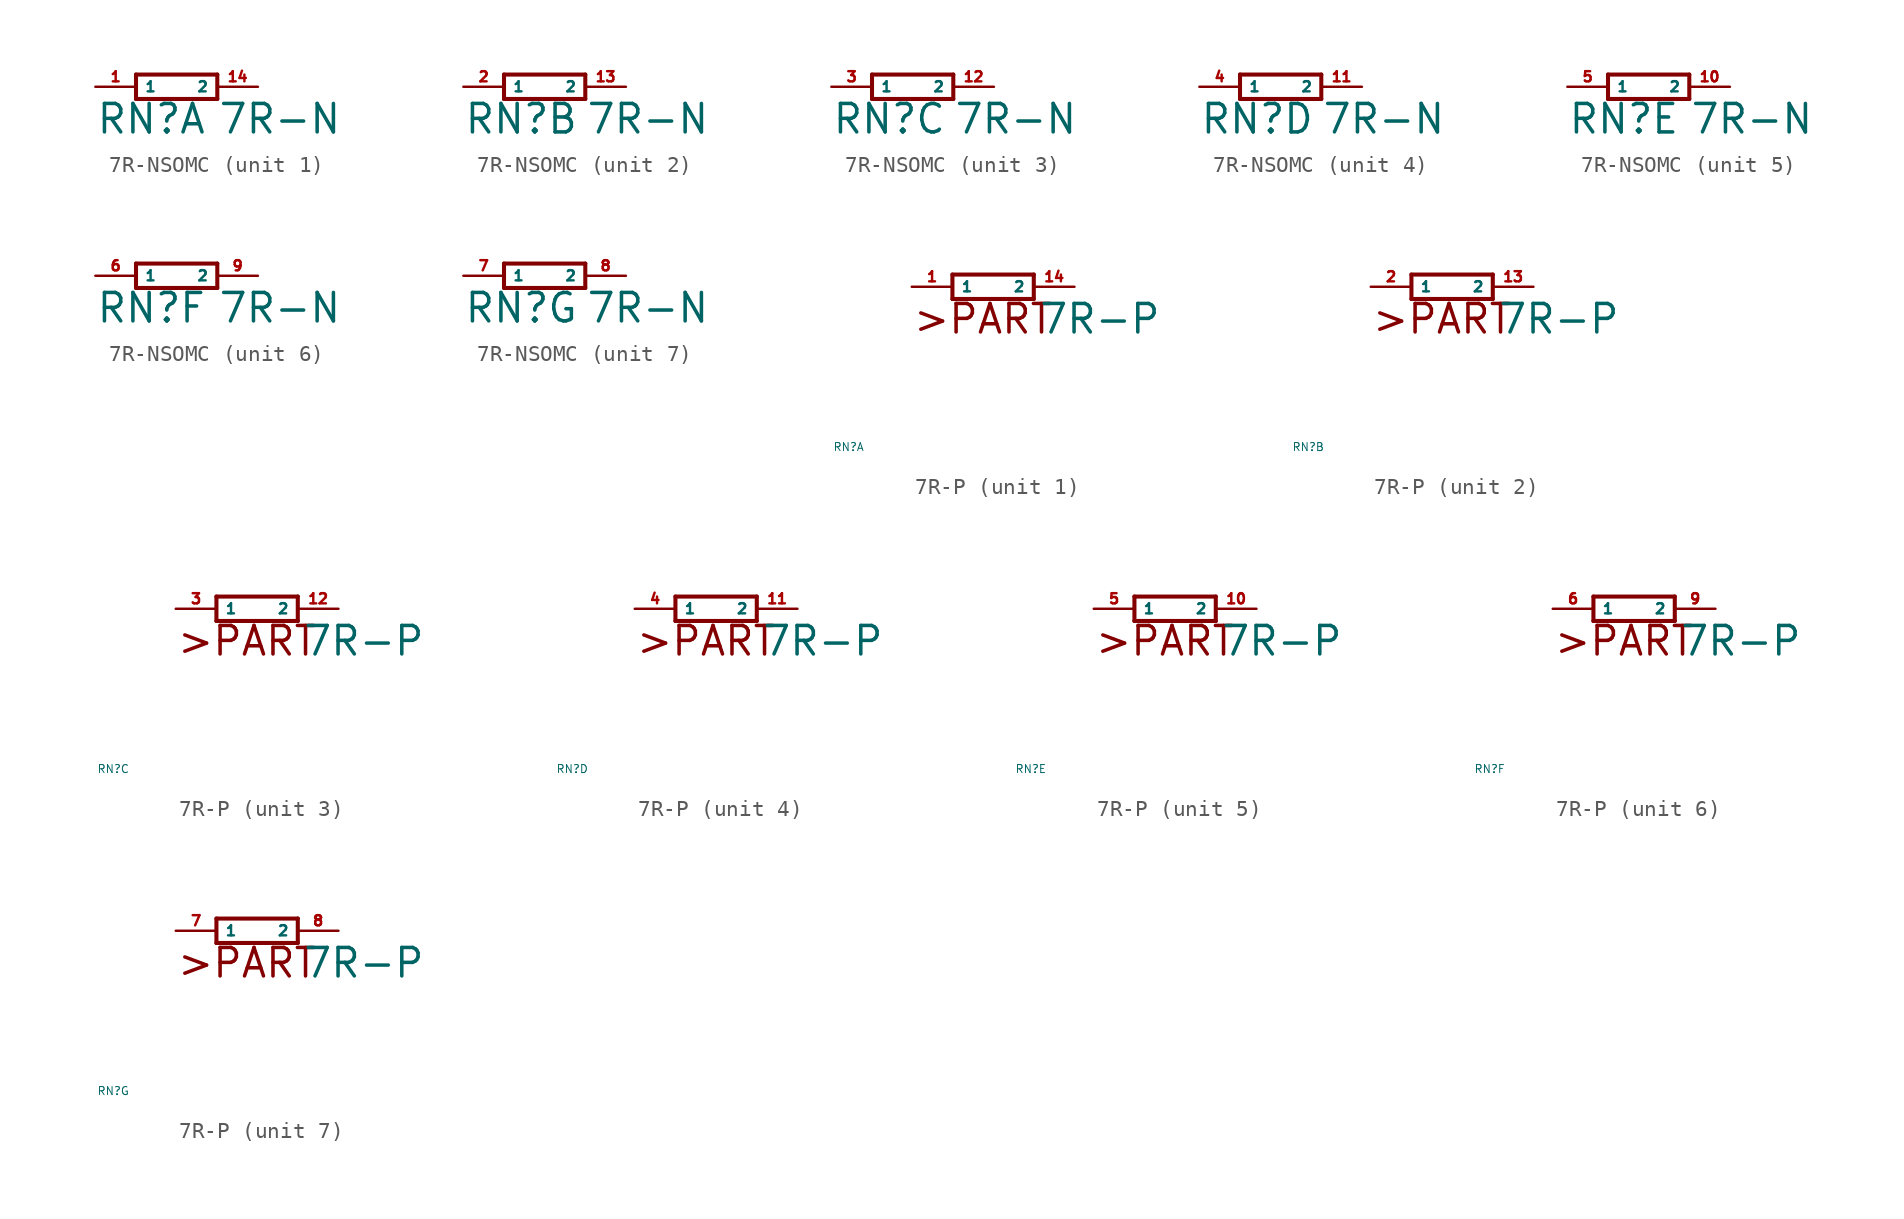
<source format=kicad_sym>
(kicad_symbol_lib
  (version 20220914)
  (generator Eagle2Kicad)
  (symbol "7R-NSOMC"
    (property "Reference" "RN"
      (at -5.08 -3.048 0)
      (effects (font (size 1.778 1.778) (thickness 0.22)) (justify left bottom)))
    (property "Value" "7R-N"
      (at 2.54 -3.048 0)
      (effects (font (size 1.778 1.778) (thickness 0.22)) (justify left bottom)))
    (symbol "7R-NSOMC_1_0"
      (polyline (pts (xy -2.54 -0.762) (xy 2.54 -0.762)) (stroke (width 0.254) (type default)) (fill (type none)))
      (polyline (pts (xy 2.54 0.762) (xy -2.54 0.762)) (stroke (width 0.254) (type default)) (fill (type none)))
      (polyline (pts (xy 2.54 -0.762) (xy 2.54 0.762)) (stroke (width 0.254) (type default)) (fill (type none)))
      (polyline (pts (xy -2.54 0.762) (xy -2.54 -0.762)) (stroke (width 0.254) (type default)) (fill (type none)))
      (pin passive line (at -5.08 0 0) (length 2.54) (name "1" (effects (font (size 0.635 0.635) (thickness 0.08)) (justify left bottom))) (number "1" (effects (font (size 0.635 0.635) (thickness 0.08)) (justify left bottom))))
      (pin passive line (at 5.08 0 180) (length 2.54) (name "2" (effects (font (size 0.635 0.635) (thickness 0.08)) (justify left bottom))) (number "14" (effects (font (size 0.635 0.635) (thickness 0.08)) (justify left bottom)))))
    (symbol "7R-NSOMC_2_0"
      (polyline (pts (xy -2.54 -0.762) (xy 2.54 -0.762)) (stroke (width 0.254) (type default)) (fill (type none)))
      (polyline (pts (xy 2.54 0.762) (xy -2.54 0.762)) (stroke (width 0.254) (type default)) (fill (type none)))
      (polyline (pts (xy 2.54 -0.762) (xy 2.54 0.762)) (stroke (width 0.254) (type default)) (fill (type none)))
      (polyline (pts (xy -2.54 0.762) (xy -2.54 -0.762)) (stroke (width 0.254) (type default)) (fill (type none)))
      (pin passive line (at -5.08 0 0) (length 2.54) (name "1" (effects (font (size 0.635 0.635) (thickness 0.08)) (justify left bottom))) (number "2" (effects (font (size 0.635 0.635) (thickness 0.08)) (justify left bottom))))
      (pin passive line (at 5.08 0 180) (length 2.54) (name "2" (effects (font (size 0.635 0.635) (thickness 0.08)) (justify left bottom))) (number "13" (effects (font (size 0.635 0.635) (thickness 0.08)) (justify left bottom)))))
    (symbol "7R-NSOMC_3_0"
      (polyline (pts (xy -2.54 -0.762) (xy 2.54 -0.762)) (stroke (width 0.254) (type default)) (fill (type none)))
      (polyline (pts (xy 2.54 0.762) (xy -2.54 0.762)) (stroke (width 0.254) (type default)) (fill (type none)))
      (polyline (pts (xy 2.54 -0.762) (xy 2.54 0.762)) (stroke (width 0.254) (type default)) (fill (type none)))
      (polyline (pts (xy -2.54 0.762) (xy -2.54 -0.762)) (stroke (width 0.254) (type default)) (fill (type none)))
      (pin passive line (at -5.08 0 0) (length 2.54) (name "1" (effects (font (size 0.635 0.635) (thickness 0.08)) (justify left bottom))) (number "3" (effects (font (size 0.635 0.635) (thickness 0.08)) (justify left bottom))))
      (pin passive line (at 5.08 0 180) (length 2.54) (name "2" (effects (font (size 0.635 0.635) (thickness 0.08)) (justify left bottom))) (number "12" (effects (font (size 0.635 0.635) (thickness 0.08)) (justify left bottom)))))
    (symbol "7R-NSOMC_4_0"
      (polyline (pts (xy -2.54 -0.762) (xy 2.54 -0.762)) (stroke (width 0.254) (type default)) (fill (type none)))
      (polyline (pts (xy 2.54 0.762) (xy -2.54 0.762)) (stroke (width 0.254) (type default)) (fill (type none)))
      (polyline (pts (xy 2.54 -0.762) (xy 2.54 0.762)) (stroke (width 0.254) (type default)) (fill (type none)))
      (polyline (pts (xy -2.54 0.762) (xy -2.54 -0.762)) (stroke (width 0.254) (type default)) (fill (type none)))
      (pin passive line (at -5.08 0 0) (length 2.54) (name "1" (effects (font (size 0.635 0.635) (thickness 0.08)) (justify left bottom))) (number "4" (effects (font (size 0.635 0.635) (thickness 0.08)) (justify left bottom))))
      (pin passive line (at 5.08 0 180) (length 2.54) (name "2" (effects (font (size 0.635 0.635) (thickness 0.08)) (justify left bottom))) (number "11" (effects (font (size 0.635 0.635) (thickness 0.08)) (justify left bottom)))))
    (symbol "7R-NSOMC_5_0"
      (polyline (pts (xy -2.54 -0.762) (xy 2.54 -0.762)) (stroke (width 0.254) (type default)) (fill (type none)))
      (polyline (pts (xy 2.54 0.762) (xy -2.54 0.762)) (stroke (width 0.254) (type default)) (fill (type none)))
      (polyline (pts (xy 2.54 -0.762) (xy 2.54 0.762)) (stroke (width 0.254) (type default)) (fill (type none)))
      (polyline (pts (xy -2.54 0.762) (xy -2.54 -0.762)) (stroke (width 0.254) (type default)) (fill (type none)))
      (pin passive line (at -5.08 0 0) (length 2.54) (name "1" (effects (font (size 0.635 0.635) (thickness 0.08)) (justify left bottom))) (number "5" (effects (font (size 0.635 0.635) (thickness 0.08)) (justify left bottom))))
      (pin passive line (at 5.08 0 180) (length 2.54) (name "2" (effects (font (size 0.635 0.635) (thickness 0.08)) (justify left bottom))) (number "10" (effects (font (size 0.635 0.635) (thickness 0.08)) (justify left bottom)))))
    (symbol "7R-NSOMC_6_0"
      (polyline (pts (xy -2.54 -0.762) (xy 2.54 -0.762)) (stroke (width 0.254) (type default)) (fill (type none)))
      (polyline (pts (xy 2.54 0.762) (xy -2.54 0.762)) (stroke (width 0.254) (type default)) (fill (type none)))
      (polyline (pts (xy 2.54 -0.762) (xy 2.54 0.762)) (stroke (width 0.254) (type default)) (fill (type none)))
      (polyline (pts (xy -2.54 0.762) (xy -2.54 -0.762)) (stroke (width 0.254) (type default)) (fill (type none)))
      (pin passive line (at -5.08 0 0) (length 2.54) (name "1" (effects (font (size 0.635 0.635) (thickness 0.08)) (justify left bottom))) (number "6" (effects (font (size 0.635 0.635) (thickness 0.08)) (justify left bottom))))
      (pin passive line (at 5.08 0 180) (length 2.54) (name "2" (effects (font (size 0.635 0.635) (thickness 0.08)) (justify left bottom))) (number "9" (effects (font (size 0.635 0.635) (thickness 0.08)) (justify left bottom)))))
    (symbol "7R-NSOMC_7_0"
      (polyline (pts (xy -2.54 -0.762) (xy 2.54 -0.762)) (stroke (width 0.254) (type default)) (fill (type none)))
      (polyline (pts (xy 2.54 0.762) (xy -2.54 0.762)) (stroke (width 0.254) (type default)) (fill (type none)))
      (polyline (pts (xy 2.54 -0.762) (xy 2.54 0.762)) (stroke (width 0.254) (type default)) (fill (type none)))
      (polyline (pts (xy -2.54 0.762) (xy -2.54 -0.762)) (stroke (width 0.254) (type default)) (fill (type none)))
      (pin passive line (at -5.08 0 0) (length 2.54) (name "1" (effects (font (size 0.635 0.635) (thickness 0.08)) (justify left bottom))) (number "7" (effects (font (size 0.635 0.635) (thickness 0.08)) (justify left bottom))))
      (pin passive line (at 5.08 0 180) (length 2.54) (name "2" (effects (font (size 0.635 0.635) (thickness 0.08)) (justify left bottom))) (number "8" (effects (font (size 0.635 0.635) (thickness 0.08)) (justify left bottom))))))
  (symbol "7R-P"
    (property "Reference" "RN"
      (at -10 -10 0)
      (effects (font (size 0.5 0.5) (thickness 0.06)) (justify left)))
    (property "Value" "7R-P"
      (at 2.794 -3.048 0)
      (effects (font (size 1.778 1.778) (thickness 0.22)) (justify left bottom)))
    (symbol "7R-P_1_0"
      (polyline (pts (xy -2.54 -0.762) (xy 2.54 -0.762)) (stroke (width 0.254) (type default)) (fill (type none)))
      (polyline (pts (xy 2.54 0.762) (xy -2.54 0.762)) (stroke (width 0.254) (type default)) (fill (type none)))
      (polyline (pts (xy 2.54 -0.762) (xy 2.54 0.762)) (stroke (width 0.254) (type default)) (fill (type none)))
      (polyline (pts (xy -2.54 0.762) (xy -2.54 -0.762)) (stroke (width 0.254) (type default)) (fill (type none)))
      (text ">PART" (at -5.08 -3.048 0) (effects (font (size 1.778 1.778) (thickness 0.22)) (justify left bottom)))
      (pin passive line (at -5.08 0 0) (length 2.54) (name "1" (effects (font (size 0.635 0.635) (thickness 0.08)) (justify left bottom))) (number "1" (effects (font (size 0.635 0.635) (thickness 0.08)) (justify left bottom))))
      (pin passive line (at 5.08 0 180) (length 2.54) (name "2" (effects (font (size 0.635 0.635) (thickness 0.08)) (justify left bottom))) (number "14" (effects (font (size 0.635 0.635) (thickness 0.08)) (justify left bottom)))))
    (symbol "7R-P_2_0"
      (polyline (pts (xy -2.54 -0.762) (xy 2.54 -0.762)) (stroke (width 0.254) (type default)) (fill (type none)))
      (polyline (pts (xy 2.54 0.762) (xy -2.54 0.762)) (stroke (width 0.254) (type default)) (fill (type none)))
      (polyline (pts (xy 2.54 -0.762) (xy 2.54 0.762)) (stroke (width 0.254) (type default)) (fill (type none)))
      (polyline (pts (xy -2.54 0.762) (xy -2.54 -0.762)) (stroke (width 0.254) (type default)) (fill (type none)))
      (text ">PART" (at -5.08 -3.048 0) (effects (font (size 1.778 1.778) (thickness 0.22)) (justify left bottom)))
      (pin passive line (at -5.08 0 0) (length 2.54) (name "1" (effects (font (size 0.635 0.635) (thickness 0.08)) (justify left bottom))) (number "2" (effects (font (size 0.635 0.635) (thickness 0.08)) (justify left bottom))))
      (pin passive line (at 5.08 0 180) (length 2.54) (name "2" (effects (font (size 0.635 0.635) (thickness 0.08)) (justify left bottom))) (number "13" (effects (font (size 0.635 0.635) (thickness 0.08)) (justify left bottom)))))
    (symbol "7R-P_3_0"
      (polyline (pts (xy -2.54 -0.762) (xy 2.54 -0.762)) (stroke (width 0.254) (type default)) (fill (type none)))
      (polyline (pts (xy 2.54 0.762) (xy -2.54 0.762)) (stroke (width 0.254) (type default)) (fill (type none)))
      (polyline (pts (xy 2.54 -0.762) (xy 2.54 0.762)) (stroke (width 0.254) (type default)) (fill (type none)))
      (polyline (pts (xy -2.54 0.762) (xy -2.54 -0.762)) (stroke (width 0.254) (type default)) (fill (type none)))
      (text ">PART" (at -5.08 -3.048 0) (effects (font (size 1.778 1.778) (thickness 0.22)) (justify left bottom)))
      (pin passive line (at -5.08 0 0) (length 2.54) (name "1" (effects (font (size 0.635 0.635) (thickness 0.08)) (justify left bottom))) (number "3" (effects (font (size 0.635 0.635) (thickness 0.08)) (justify left bottom))))
      (pin passive line (at 5.08 0 180) (length 2.54) (name "2" (effects (font (size 0.635 0.635) (thickness 0.08)) (justify left bottom))) (number "12" (effects (font (size 0.635 0.635) (thickness 0.08)) (justify left bottom)))))
    (symbol "7R-P_4_0"
      (polyline (pts (xy -2.54 -0.762) (xy 2.54 -0.762)) (stroke (width 0.254) (type default)) (fill (type none)))
      (polyline (pts (xy 2.54 0.762) (xy -2.54 0.762)) (stroke (width 0.254) (type default)) (fill (type none)))
      (polyline (pts (xy 2.54 -0.762) (xy 2.54 0.762)) (stroke (width 0.254) (type default)) (fill (type none)))
      (polyline (pts (xy -2.54 0.762) (xy -2.54 -0.762)) (stroke (width 0.254) (type default)) (fill (type none)))
      (text ">PART" (at -5.08 -3.048 0) (effects (font (size 1.778 1.778) (thickness 0.22)) (justify left bottom)))
      (pin passive line (at -5.08 0 0) (length 2.54) (name "1" (effects (font (size 0.635 0.635) (thickness 0.08)) (justify left bottom))) (number "4" (effects (font (size 0.635 0.635) (thickness 0.08)) (justify left bottom))))
      (pin passive line (at 5.08 0 180) (length 2.54) (name "2" (effects (font (size 0.635 0.635) (thickness 0.08)) (justify left bottom))) (number "11" (effects (font (size 0.635 0.635) (thickness 0.08)) (justify left bottom)))))
    (symbol "7R-P_5_0"
      (polyline (pts (xy -2.54 -0.762) (xy 2.54 -0.762)) (stroke (width 0.254) (type default)) (fill (type none)))
      (polyline (pts (xy 2.54 0.762) (xy -2.54 0.762)) (stroke (width 0.254) (type default)) (fill (type none)))
      (polyline (pts (xy 2.54 -0.762) (xy 2.54 0.762)) (stroke (width 0.254) (type default)) (fill (type none)))
      (polyline (pts (xy -2.54 0.762) (xy -2.54 -0.762)) (stroke (width 0.254) (type default)) (fill (type none)))
      (text ">PART" (at -5.08 -3.048 0) (effects (font (size 1.778 1.778) (thickness 0.22)) (justify left bottom)))
      (pin passive line (at -5.08 0 0) (length 2.54) (name "1" (effects (font (size 0.635 0.635) (thickness 0.08)) (justify left bottom))) (number "5" (effects (font (size 0.635 0.635) (thickness 0.08)) (justify left bottom))))
      (pin passive line (at 5.08 0 180) (length 2.54) (name "2" (effects (font (size 0.635 0.635) (thickness 0.08)) (justify left bottom))) (number "10" (effects (font (size 0.635 0.635) (thickness 0.08)) (justify left bottom)))))
    (symbol "7R-P_6_0"
      (polyline (pts (xy -2.54 -0.762) (xy 2.54 -0.762)) (stroke (width 0.254) (type default)) (fill (type none)))
      (polyline (pts (xy 2.54 0.762) (xy -2.54 0.762)) (stroke (width 0.254) (type default)) (fill (type none)))
      (polyline (pts (xy 2.54 -0.762) (xy 2.54 0.762)) (stroke (width 0.254) (type default)) (fill (type none)))
      (polyline (pts (xy -2.54 0.762) (xy -2.54 -0.762)) (stroke (width 0.254) (type default)) (fill (type none)))
      (text ">PART" (at -5.08 -3.048 0) (effects (font (size 1.778 1.778) (thickness 0.22)) (justify left bottom)))
      (pin passive line (at -5.08 0 0) (length 2.54) (name "1" (effects (font (size 0.635 0.635) (thickness 0.08)) (justify left bottom))) (number "6" (effects (font (size 0.635 0.635) (thickness 0.08)) (justify left bottom))))
      (pin passive line (at 5.08 0 180) (length 2.54) (name "2" (effects (font (size 0.635 0.635) (thickness 0.08)) (justify left bottom))) (number "9" (effects (font (size 0.635 0.635) (thickness 0.08)) (justify left bottom)))))
    (symbol "7R-P_7_0"
      (polyline (pts (xy -2.54 -0.762) (xy 2.54 -0.762)) (stroke (width 0.254) (type default)) (fill (type none)))
      (polyline (pts (xy 2.54 0.762) (xy -2.54 0.762)) (stroke (width 0.254) (type default)) (fill (type none)))
      (polyline (pts (xy 2.54 -0.762) (xy 2.54 0.762)) (stroke (width 0.254) (type default)) (fill (type none)))
      (polyline (pts (xy -2.54 0.762) (xy -2.54 -0.762)) (stroke (width 0.254) (type default)) (fill (type none)))
      (text ">PART" (at -5.08 -3.048 0) (effects (font (size 1.778 1.778) (thickness 0.22)) (justify left bottom)))
      (pin passive line (at -5.08 0 0) (length 2.54) (name "1" (effects (font (size 0.635 0.635) (thickness 0.08)) (justify left bottom))) (number "7" (effects (font (size 0.635 0.635) (thickness 0.08)) (justify left bottom))))
      (pin passive line (at 5.08 0 180) (length 2.54) (name "2" (effects (font (size 0.635 0.635) (thickness 0.08)) (justify left bottom))) (number "8" (effects (font (size 0.635 0.635) (thickness 0.08)) (justify left bottom)))))))
</source>
